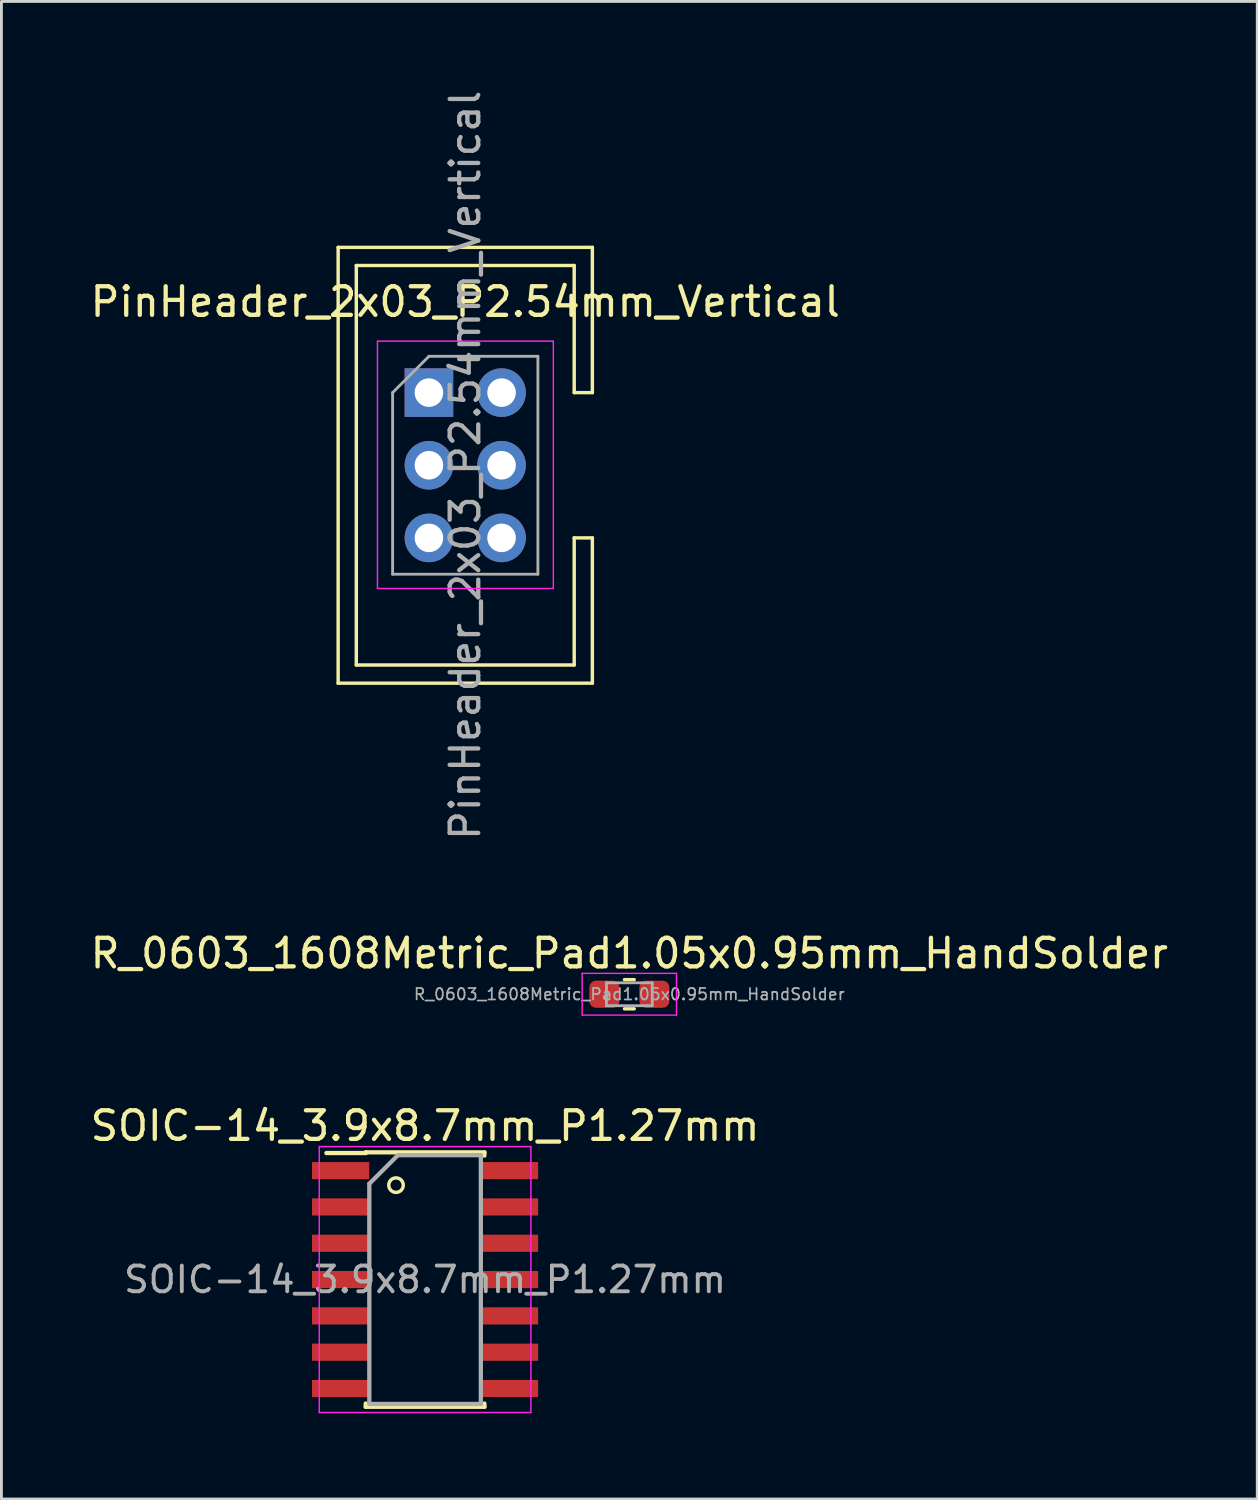
<source format=kicad_pcb>
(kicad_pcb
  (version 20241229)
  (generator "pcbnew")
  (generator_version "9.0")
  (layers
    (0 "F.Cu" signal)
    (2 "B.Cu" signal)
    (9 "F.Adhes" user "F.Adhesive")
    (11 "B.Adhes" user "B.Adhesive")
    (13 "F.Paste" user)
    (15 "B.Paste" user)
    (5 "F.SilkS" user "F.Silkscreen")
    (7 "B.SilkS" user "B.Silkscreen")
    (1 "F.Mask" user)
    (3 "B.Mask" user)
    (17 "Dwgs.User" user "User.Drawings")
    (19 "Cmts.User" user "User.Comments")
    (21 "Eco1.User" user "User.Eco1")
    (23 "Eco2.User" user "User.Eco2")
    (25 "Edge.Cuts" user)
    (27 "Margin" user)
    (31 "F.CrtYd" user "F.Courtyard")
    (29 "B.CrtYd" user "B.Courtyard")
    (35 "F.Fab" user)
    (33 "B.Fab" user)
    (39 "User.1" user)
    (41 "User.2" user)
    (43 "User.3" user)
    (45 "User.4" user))
  (footprint "PinHeader_2x03_P2.54mm_Vertical"
    (layer "F.Cu")
    (at 11.95 10.68)
    (property "Reference" "PinHeader_2x03_P2.54mm_Vertical" (at 1.27 -3.175 0) (layer "F.SilkS") (effects (font (size 1 1) (thickness 0.15))))
    (attr through_hole)
    (fp_line (start -3.175 -5.08) (end 5.715 -5.08) (stroke (width 0.12) (type solid)) (layer "F.SilkS"))
    (fp_line (start -3.175 10.16) (end -3.175 -5.08) (stroke (width 0.12) (type solid)) (layer "F.SilkS"))
    (fp_line (start -2.54 -4.445) (end -2.54 9.525) (stroke (width 0.12) (type solid)) (layer "F.SilkS"))
    (fp_line (start -2.54 9.525) (end 5.08 9.525) (stroke (width 0.12) (type solid)) (layer "F.SilkS"))
    (fp_line (start 5.08 -4.445) (end -2.54 -4.445) (stroke (width 0.12) (type solid)) (layer "F.SilkS"))
    (fp_line (start 5.08 0) (end 5.08 -4.445) (stroke (width 0.12) (type solid)) (layer "F.SilkS"))
    (fp_line (start 5.08 5.08) (end 5.715 5.08) (stroke (width 0.12) (type solid)) (layer "F.SilkS"))
    (fp_line (start 5.08 9.525) (end 5.08 5.08) (stroke (width 0.12) (type solid)) (layer "F.SilkS"))
    (fp_line (start 5.715 -5.08) (end 5.715 0) (stroke (width 0.12) (type solid)) (layer "F.SilkS"))
    (fp_line (start 5.715 0) (end 5.08 0) (stroke (width 0.12) (type solid)) (layer "F.SilkS"))
    (fp_line (start 5.715 5.08) (end 5.715 10.16) (stroke (width 0.12) (type solid)) (layer "F.SilkS"))
    (fp_line (start 5.715 10.16) (end -3.175 10.16) (stroke (width 0.12) (type solid)) (layer "F.SilkS"))
    (fp_line (start -1.8 -1.8) (end -1.8 6.85) (stroke (width 0.05) (type solid)) (layer "F.CrtYd"))
    (fp_line (start -1.8 6.85) (end 4.35 6.85) (stroke (width 0.05) (type solid)) (layer "F.CrtYd"))
    (fp_line (start 4.35 -1.8) (end -1.8 -1.8) (stroke (width 0.05) (type solid)) (layer "F.CrtYd"))
    (fp_line (start 4.35 6.85) (end 4.35 -1.8) (stroke (width 0.05) (type solid)) (layer "F.CrtYd"))
    (fp_line (start -1.27 0) (end 0 -1.27) (stroke (width 0.1) (type solid)) (layer "F.Fab"))
    (fp_line (start -1.27 6.35) (end -1.27 0) (stroke (width 0.1) (type solid)) (layer "F.Fab"))
    (fp_line (start 0 -1.27) (end 3.81 -1.27) (stroke (width 0.1) (type solid)) (layer "F.Fab"))
    (fp_line (start 3.81 -1.27) (end 3.81 6.35) (stroke (width 0.1) (type solid)) (layer "F.Fab"))
    (fp_line (start 3.81 6.35) (end -1.27 6.35) (stroke (width 0.1) (type solid)) (layer "F.Fab"))
    (fp_text user "${REFERENCE}" (at 1.27 2.54 90) (layer "F.Fab") (effects (font (size 1 1) (thickness 0.15))))
    (pad "1" thru_hole rect (at 0 0) (size 1.7 1.7) (drill 1) (layers "*.Cu" "*.Mask"))
    (pad "2" thru_hole oval (at 2.54 0) (size 1.7 1.7) (drill 1) (layers "*.Cu" "*.Mask"))
    (pad "3" thru_hole oval (at 0 2.54) (size 1.7 1.7) (drill 1) (layers "*.Cu" "*.Mask"))
    (pad "4" thru_hole oval (at 2.54 2.54) (size 1.7 1.7) (drill 1) (layers "*.Cu" "*.Mask"))
    (pad "5" thru_hole oval (at 0 5.08) (size 1.7 1.7) (drill 1) (layers "*.Cu" "*.Mask"))
    (pad "6" thru_hole oval (at 2.54 5.08) (size 1.7 1.7) (drill 1) (layers "*.Cu" "*.Mask")))
  (footprint "R_0603_1608Metric_Pad1.05x0.95mm_HandSolder"
    (layer "F.Cu")
    (at 18.958 31.719)
    (property "Reference" "R_0603_1608Metric_Pad1.05x0.95mm_HandSolder" (at 0 -1.43 0) (layer "F.SilkS") (effects (font (size 1 1) (thickness 0.15))))
    (attr smd)
    (fp_line (start -0.171 -0.51) (end 0.171 -0.51) (stroke (width 0.12) (type solid)) (layer "F.SilkS"))
    (fp_line (start -0.171 0.51) (end 0.171 0.51) (stroke (width 0.12) (type solid)) (layer "F.SilkS"))
    (fp_line (start -1.65 -0.73) (end 1.65 -0.73) (stroke (width 0.05) (type solid)) (layer "F.CrtYd"))
    (fp_line (start -1.65 0.73) (end -1.65 -0.73) (stroke (width 0.05) (type solid)) (layer "F.CrtYd"))
    (fp_line (start 1.65 -0.73) (end 1.65 0.73) (stroke (width 0.05) (type solid)) (layer "F.CrtYd"))
    (fp_line (start 1.65 0.73) (end -1.65 0.73) (stroke (width 0.05) (type solid)) (layer "F.CrtYd"))
    (fp_line (start -0.8 -0.4) (end 0.8 -0.4) (stroke (width 0.1) (type solid)) (layer "F.Fab"))
    (fp_line (start -0.8 0.4) (end -0.8 -0.4) (stroke (width 0.1) (type solid)) (layer "F.Fab"))
    (fp_line (start 0.8 -0.4) (end 0.8 0.4) (stroke (width 0.1) (type solid)) (layer "F.Fab"))
    (fp_line (start 0.8 0.4) (end -0.8 0.4) (stroke (width 0.1) (type solid)) (layer "F.Fab"))
    (fp_text user "${REFERENCE}" (at 0 0 0) (layer "F.Fab") (effects (font (size 0.4 0.4) (thickness 0.06))))
    (pad "1" smd roundrect (at -0.875 0) (size 1.05 0.95) (layers "F.Cu" "F.Mask" "F.Paste") (roundrect_rratio 0.25))
    (pad "2" smd roundrect (at 0.875 0) (size 1.05 0.95) (layers "F.Cu" "F.Mask" "F.Paste") (roundrect_rratio 0.25)))
  (footprint "SOIC-14_3.9x8.7mm_P1.27mm"
    (layer "F.Cu")
    (at 11.815 41.697)
    (property "Reference" "SOIC-14_3.9x8.7mm_P1.27mm" (at 0 -5.375 0) (layer "F.SilkS") (effects (font (size 1 1) (thickness 0.15))))
    (attr smd)
    (fp_line (start -2.075 -4.45) (end -2.075 -4.425) (stroke (width 0.15) (type solid)) (layer "F.SilkS"))
    (fp_line (start -2.075 -4.45) (end 2.075 -4.45) (stroke (width 0.15) (type solid)) (layer "F.SilkS"))
    (fp_line (start -2.075 -4.425) (end -3.45 -4.425) (stroke (width 0.15) (type solid)) (layer "F.SilkS"))
    (fp_line (start -2.075 4.45) (end -2.075 4.335) (stroke (width 0.15) (type solid)) (layer "F.SilkS"))
    (fp_line (start -2.075 4.45) (end 2.075 4.45) (stroke (width 0.15) (type solid)) (layer "F.SilkS"))
    (fp_line (start 2.075 -4.45) (end 2.075 -4.335) (stroke (width 0.15) (type solid)) (layer "F.SilkS"))
    (fp_line (start 2.075 4.45) (end 2.075 4.335) (stroke (width 0.15) (type solid)) (layer "F.SilkS"))
    (fp_circle (center -1.016 -3.302) (end -1.016 -3.556) (stroke (width 0.12) (type solid)) (fill no) (layer "F.SilkS"))
    (fp_line (start -3.7 -4.65) (end -3.7 4.65) (stroke (width 0.05) (type solid)) (layer "F.CrtYd"))
    (fp_line (start -3.7 -4.65) (end 3.7 -4.65) (stroke (width 0.05) (type solid)) (layer "F.CrtYd"))
    (fp_line (start -3.7 4.65) (end 3.7 4.65) (stroke (width 0.05) (type solid)) (layer "F.CrtYd"))
    (fp_line (start 3.7 -4.65) (end 3.7 4.65) (stroke (width 0.05) (type solid)) (layer "F.CrtYd"))
    (fp_line (start -1.95 -3.35) (end -0.95 -4.35) (stroke (width 0.15) (type solid)) (layer "F.Fab"))
    (fp_line (start -1.95 4.35) (end -1.95 -3.35) (stroke (width 0.15) (type solid)) (layer "F.Fab"))
    (fp_line (start -0.95 -4.35) (end 1.95 -4.35) (stroke (width 0.15) (type solid)) (layer "F.Fab"))
    (fp_line (start 1.95 -4.35) (end 1.95 4.35) (stroke (width 0.15) (type solid)) (layer "F.Fab"))
    (fp_line (start 1.95 4.35) (end -1.95 4.35) (stroke (width 0.15) (type solid)) (layer "F.Fab"))
    (fp_text user "${REFERENCE}" (at 0 0 0) (layer "F.Fab") (effects (font (size 0.9 0.9) (thickness 0.135))))
    (pad "1" smd rect (at -2.954 -3.81) (size 2 0.6) (layers "F.Cu" "F.Mask" "F.Paste"))
    (pad "2" smd rect (at -2.954 -2.54) (size 2 0.6) (layers "F.Cu" "F.Mask" "F.Paste"))
    (pad "3" smd rect (at -2.954 -1.27) (size 2 0.6) (layers "F.Cu" "F.Mask" "F.Paste"))
    (pad "4" smd rect (at -2.954 0) (size 2 0.6) (layers "F.Cu" "F.Mask" "F.Paste"))
    (pad "5" smd rect (at -2.954 1.27) (size 2 0.6) (layers "F.Cu" "F.Mask" "F.Paste"))
    (pad "6" smd rect (at -2.954 2.54) (size 2 0.6) (layers "F.Cu" "F.Mask" "F.Paste"))
    (pad "7" smd rect (at -2.954 3.81) (size 2 0.6) (layers "F.Cu" "F.Mask" "F.Paste"))
    (pad "8" smd rect (at 2.954 3.81) (size 2 0.6) (layers "F.Cu" "F.Mask" "F.Paste"))
    (pad "9" smd rect (at 2.954 2.54) (size 2 0.6) (layers "F.Cu" "F.Mask" "F.Paste"))
    (pad "10" smd rect (at 2.954 1.27) (size 2 0.6) (layers "F.Cu" "F.Mask" "F.Paste"))
    (pad "11" smd rect (at 2.954 0) (size 2 0.6) (layers "F.Cu" "F.Mask" "F.Paste"))
    (pad "12" smd rect (at 2.954 -1.27) (size 2 0.6) (layers "F.Cu" "F.Mask" "F.Paste"))
    (pad "13" smd rect (at 2.954 -2.54) (size 2 0.6) (layers "F.Cu" "F.Mask" "F.Paste"))
    (pad "14" smd rect (at 2.954 -3.81) (size 2 0.6) (layers "F.Cu" "F.Mask" "F.Paste")))
  (gr_rect
    (start -3 -3)
    (end 40.917 49.372)
    (stroke (width 0.1) (type default))
    (fill no)
    (layer "Edge.Cuts")))
</source>
